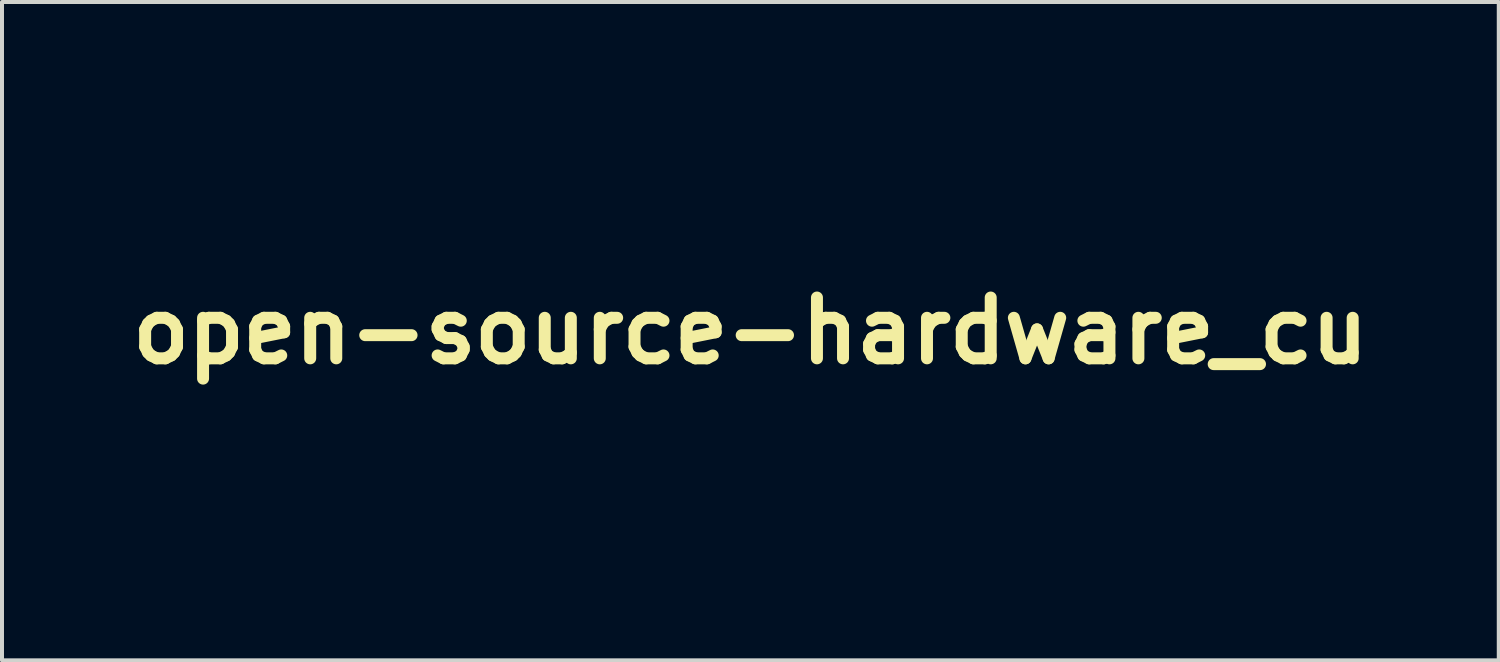
<source format=kicad_pcb>
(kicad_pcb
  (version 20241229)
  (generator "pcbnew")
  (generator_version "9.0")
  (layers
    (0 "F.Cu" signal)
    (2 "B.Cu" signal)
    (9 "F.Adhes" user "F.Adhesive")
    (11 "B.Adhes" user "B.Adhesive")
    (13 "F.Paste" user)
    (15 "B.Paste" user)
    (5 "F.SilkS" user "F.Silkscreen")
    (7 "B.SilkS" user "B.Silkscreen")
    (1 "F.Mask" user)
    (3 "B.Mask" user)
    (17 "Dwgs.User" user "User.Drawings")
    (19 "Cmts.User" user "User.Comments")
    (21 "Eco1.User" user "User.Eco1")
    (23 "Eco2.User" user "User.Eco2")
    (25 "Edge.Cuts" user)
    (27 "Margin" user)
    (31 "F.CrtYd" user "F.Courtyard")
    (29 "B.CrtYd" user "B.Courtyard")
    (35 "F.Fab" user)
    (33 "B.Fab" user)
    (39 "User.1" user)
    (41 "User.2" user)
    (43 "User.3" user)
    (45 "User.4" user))
  (footprint "open-source-hardware_cu"
    (layer "F.Cu")
    (at 15.755 5.241)
    (property "Reference" "open-source-hardware_cu" (at 0 0 0) (layer "F.SilkS") (effects (font (size 1.524 1.524) (thickness 0.3))))
    (attr through_hole)
    (fp_poly (pts (xy 3.11 2.552) (xy 3.195 2.581) (xy 3.225 2.6) (xy 3.241 2.616) (xy 3.244 2.632) (xy 3.229 2.658) (xy 3.195 2.7) (xy 3.185 2.712) (xy 3.113 2.799) (xy 3.052 2.773) (xy 2.97 2.756) (xy 2.892 2.773) (xy 2.824 2.821) (xy 2.775 2.873) (xy 2.77 3.237) (xy 2.764 3.601) (xy 2.557 3.601) (xy 2.557 2.557) (xy 2.766 2.557) (xy 2.766 2.662) (xy 2.836 2.612) (xy 2.92 2.568) (xy 3.015 2.548) (xy 3.11 2.552)) (stroke (width 0.01) (type solid)) (fill yes) (layer "F.Mask"))
    (fp_poly (pts (xy -1.705 4.244) (xy -1.699 4.286) (xy -1.681 4.295) (xy -1.653 4.271) (xy -1.651 4.268) (xy -1.598 4.229) (xy -1.524 4.203) (xy -1.439 4.194) (xy -1.355 4.201) (xy -1.288 4.223) (xy -1.249 4.247) (xy -1.226 4.268) (xy -1.224 4.271) (xy -1.232 4.292) (xy -1.258 4.33) (xy -1.287 4.366) (xy -1.326 4.408) (xy -1.353 4.429) (xy -1.376 4.431) (xy -1.4 4.422) (xy -1.478 4.403) (xy -1.555 4.41) (xy -1.623 4.443) (xy -1.671 4.497) (xy -1.68 4.515) (xy -1.69 4.549) (xy -1.697 4.599) (xy -1.701 4.672) (xy -1.704 4.77) (xy -1.705 4.899) (xy -1.705 4.905) (xy -1.705 5.237) (xy -1.914 5.237) (xy -1.91 4.719) (xy -1.905 4.201) (xy -1.805 4.196) (xy -1.705 4.191) (xy -1.705 4.244)) (stroke (width 0.01) (type solid)) (fill yes) (layer "F.Mask"))
    (fp_poly (pts (xy 2.505 4.244) (xy 2.511 4.286) (xy 2.529 4.295) (xy 2.558 4.271) (xy 2.56 4.268) (xy 2.61 4.23) (xy 2.683 4.204) (xy 2.767 4.193) (xy 2.775 4.193) (xy 2.842 4.199) (xy 2.908 4.216) (xy 2.959 4.239) (xy 2.983 4.261) (xy 2.978 4.283) (xy 2.955 4.322) (xy 2.922 4.366) (xy 2.881 4.412) (xy 2.855 4.435) (xy 2.836 4.439) (xy 2.815 4.429) (xy 2.812 4.427) (xy 2.755 4.405) (xy 2.684 4.405) (xy 2.613 4.426) (xy 2.607 4.429) (xy 2.575 4.449) (xy 2.55 4.476) (xy 2.532 4.513) (xy 2.519 4.566) (xy 2.511 4.639) (xy 2.507 4.735) (xy 2.505 4.861) (xy 2.505 4.905) (xy 2.505 5.237) (xy 2.296 5.237) (xy 2.301 4.719) (xy 2.305 4.201) (xy 2.405 4.196) (xy 2.505 4.191) (xy 2.505 4.244)) (stroke (width 0.01) (type solid)) (fill yes) (layer "F.Mask"))
    (fp_poly (pts (xy -1.393 2.553) (xy -1.375 2.557) (xy -1.298 2.592) (xy -1.225 2.65) (xy -1.166 2.721) (xy -1.133 2.792) (xy -1.126 2.834) (xy -1.121 2.905) (xy -1.117 3) (xy -1.114 3.114) (xy -1.114 3.232) (xy -1.113 3.601) (xy -1.322 3.601) (xy -1.322 3.266) (xy -1.323 3.132) (xy -1.326 3.027) (xy -1.333 2.948) (xy -1.345 2.889) (xy -1.364 2.847) (xy -1.389 2.816) (xy -1.423 2.791) (xy -1.451 2.776) (xy -1.499 2.756) (xy -1.535 2.753) (xy -1.581 2.765) (xy -1.589 2.768) (xy -1.633 2.785) (xy -1.667 2.805) (xy -1.692 2.833) (xy -1.71 2.872) (xy -1.722 2.927) (xy -1.729 3.004) (xy -1.734 3.105) (xy -1.736 3.237) (xy -1.736 3.246) (xy -1.742 3.601) (xy -1.948 3.601) (xy -1.948 2.557) (xy -1.74 2.557) (xy -1.74 2.664) (xy -1.682 2.62) (xy -1.594 2.572) (xy -1.493 2.549) (xy -1.393 2.553)) (stroke (width 0.01) (type solid)) (fill yes) (layer "F.Mask"))
    (fp_poly (pts (xy 1.705 2.889) (xy 1.706 3.023) (xy 1.709 3.127) (xy 1.716 3.206) (xy 1.726 3.264) (xy 1.742 3.307) (xy 1.763 3.338) (xy 1.791 3.362) (xy 1.794 3.364) (xy 1.839 3.383) (xy 1.9 3.392) (xy 1.914 3.392) (xy 1.975 3.386) (xy 2.025 3.369) (xy 2.033 3.364) (xy 2.062 3.34) (xy 2.084 3.309) (xy 2.1 3.268) (xy 2.111 3.211) (xy 2.118 3.134) (xy 2.121 3.032) (xy 2.122 2.9) (xy 2.122 2.889) (xy 2.122 2.557) (xy 2.331 2.557) (xy 2.331 3.601) (xy 2.227 3.601) (xy 2.169 3.601) (xy 2.138 3.596) (xy 2.125 3.583) (xy 2.122 3.558) (xy 2.122 3.549) (xy 2.122 3.498) (xy 2.041 3.549) (xy 1.984 3.581) (xy 1.93 3.597) (xy 1.863 3.601) (xy 1.854 3.601) (xy 1.78 3.595) (xy 1.715 3.581) (xy 1.692 3.572) (xy 1.62 3.522) (xy 1.558 3.451) (xy 1.518 3.374) (xy 1.515 3.362) (xy 1.509 3.325) (xy 1.504 3.26) (xy 1.5 3.172) (xy 1.498 3.068) (xy 1.496 2.954) (xy 1.496 2.927) (xy 1.496 2.557) (xy 1.705 2.557) (xy 1.705 2.889)) (stroke (width 0.01) (type solid)) (fill yes) (layer "F.Mask"))
    (fp_poly (pts (xy 3.763 2.548) (xy 3.828 2.563) (xy 3.887 2.585) (xy 3.948 2.617) (xy 4.005 2.653) (xy 4.048 2.688) (xy 4.07 2.716) (xy 4.071 2.722) (xy 4.058 2.743) (xy 4.026 2.775) (xy 4.002 2.797) (xy 3.934 2.853) (xy 3.871 2.811) (xy 3.79 2.768) (xy 3.71 2.755) (xy 3.635 2.766) (xy 3.553 2.803) (xy 3.494 2.865) (xy 3.459 2.951) (xy 3.445 3.064) (xy 3.445 3.079) (xy 3.455 3.188) (xy 3.487 3.274) (xy 3.541 3.339) (xy 3.583 3.371) (xy 3.622 3.387) (xy 3.676 3.392) (xy 3.702 3.392) (xy 3.773 3.388) (xy 3.828 3.371) (xy 3.867 3.348) (xy 3.933 3.303) (xy 4.002 3.358) (xy 4.041 3.392) (xy 4.066 3.417) (xy 4.071 3.425) (xy 4.057 3.451) (xy 4.021 3.485) (xy 3.972 3.522) (xy 3.918 3.555) (xy 3.897 3.565) (xy 3.811 3.591) (xy 3.711 3.601) (xy 3.61 3.596) (xy 3.522 3.575) (xy 3.506 3.569) (xy 3.407 3.505) (xy 3.329 3.415) (xy 3.274 3.303) (xy 3.244 3.172) (xy 3.241 3.141) (xy 3.242 2.988) (xy 3.27 2.855) (xy 3.323 2.745) (xy 3.401 2.657) (xy 3.504 2.593) (xy 3.63 2.554) (xy 3.631 2.554) (xy 3.703 2.545) (xy 3.763 2.548)) (stroke (width 0.01) (type solid)) (fill yes) (layer "F.Mask"))
    (fp_poly (pts (xy -4.481 2.556) (xy -4.394 2.579) (xy -4.375 2.587) (xy -4.283 2.652) (xy -4.209 2.735) (xy -4.167 2.816) (xy -4.154 2.877) (xy -4.145 2.962) (xy -4.141 3.059) (xy -4.142 3.158) (xy -4.149 3.248) (xy -4.16 3.314) (xy -4.195 3.396) (xy -4.253 3.475) (xy -4.325 3.54) (xy -4.374 3.568) (xy -4.462 3.594) (xy -4.563 3.602) (xy -4.665 3.594) (xy -4.753 3.568) (xy -4.768 3.561) (xy -4.857 3.498) (xy -4.923 3.414) (xy -4.966 3.308) (xy -4.988 3.177) (xy -4.989 3.076) (xy -4.776 3.076) (xy -4.773 3.177) (xy -4.765 3.249) (xy -4.748 3.3) (xy -4.721 3.337) (xy -4.681 3.366) (xy -4.676 3.369) (xy -4.622 3.386) (xy -4.554 3.391) (xy -4.489 3.384) (xy -4.44 3.365) (xy -4.399 3.328) (xy -4.372 3.278) (xy -4.356 3.209) (xy -4.35 3.116) (xy -4.349 3.074) (xy -4.35 2.993) (xy -4.355 2.937) (xy -4.364 2.898) (xy -4.381 2.864) (xy -4.389 2.851) (xy -4.447 2.792) (xy -4.521 2.76) (xy -4.6 2.757) (xy -4.637 2.767) (xy -4.693 2.794) (xy -4.732 2.828) (xy -4.757 2.877) (xy -4.77 2.945) (xy -4.775 3.04) (xy -4.776 3.076) (xy -4.989 3.076) (xy -4.989 3.019) (xy -4.989 3.018) (xy -4.974 2.885) (xy -4.943 2.778) (xy -4.893 2.694) (xy -4.822 2.627) (xy -4.758 2.587) (xy -4.677 2.56) (xy -4.58 2.549) (xy -4.481 2.556)) (stroke (width 0.01) (type solid)) (fill yes) (layer "F.Mask"))
    (fp_poly (pts (xy 4.705 2.57) (xy 4.807 2.622) (xy 4.893 2.698) (xy 4.94 2.767) (xy 4.964 2.818) (xy 4.978 2.874) (xy 4.987 2.948) (xy 4.99 2.996) (xy 4.997 3.149) (xy 4.349 3.149) (xy 4.349 3.193) (xy 4.365 3.264) (xy 4.407 3.331) (xy 4.459 3.376) (xy 4.539 3.405) (xy 4.631 3.404) (xy 4.728 3.373) (xy 4.741 3.367) (xy 4.799 3.342) (xy 4.842 3.338) (xy 4.88 3.359) (xy 4.922 3.399) (xy 4.949 3.431) (xy 4.953 3.451) (xy 4.937 3.475) (xy 4.931 3.482) (xy 4.859 3.538) (xy 4.766 3.577) (xy 4.659 3.599) (xy 4.547 3.601) (xy 4.44 3.583) (xy 4.368 3.555) (xy 4.277 3.492) (xy 4.209 3.404) (xy 4.165 3.292) (xy 4.144 3.154) (xy 4.144 3.023) (xy 4.155 2.939) (xy 4.349 2.939) (xy 4.351 2.954) (xy 4.36 2.964) (xy 4.383 2.97) (xy 4.424 2.973) (xy 4.489 2.975) (xy 4.567 2.975) (xy 4.665 2.974) (xy 4.736 2.969) (xy 4.776 2.963) (xy 4.784 2.957) (xy 4.773 2.91) (xy 4.745 2.855) (xy 4.708 2.805) (xy 4.688 2.786) (xy 4.628 2.758) (xy 4.553 2.749) (xy 4.481 2.76) (xy 4.443 2.777) (xy 4.396 2.823) (xy 4.362 2.883) (xy 4.349 2.939) (xy 4.155 2.939) (xy 4.164 2.879) (xy 4.207 2.759) (xy 4.274 2.666) (xy 4.364 2.598) (xy 4.476 2.557) (xy 4.479 2.556) (xy 4.593 2.547) (xy 4.705 2.57)) (stroke (width 0.01) (type solid)) (fill yes) (layer "F.Mask"))
    (fp_poly (pts (xy 0.979 2.555) (xy 1.085 2.589) (xy 1.168 2.642) (xy 1.233 2.714) (xy 1.277 2.798) (xy 1.305 2.905) (xy 1.319 3.025) (xy 1.317 3.149) (xy 1.299 3.269) (xy 1.266 3.373) (xy 1.257 3.392) (xy 1.217 3.459) (xy 1.169 3.508) (xy 1.114 3.545) (xy 1.057 3.576) (xy 1.008 3.593) (xy 0.953 3.6) (xy 0.897 3.601) (xy 0.785 3.592) (xy 0.705 3.569) (xy 0.629 3.52) (xy 0.559 3.451) (xy 0.507 3.372) (xy 0.486 3.32) (xy 0.477 3.27) (xy 0.47 3.197) (xy 0.467 3.131) (xy 0.675 3.131) (xy 0.68 3.207) (xy 0.691 3.265) (xy 0.693 3.273) (xy 0.735 3.337) (xy 0.801 3.378) (xy 0.887 3.392) (xy 0.891 3.392) (xy 0.949 3.389) (xy 0.99 3.373) (xy 1.031 3.339) (xy 1.035 3.335) (xy 1.072 3.291) (xy 1.093 3.243) (xy 1.105 3.178) (xy 1.111 3.082) (xy 1.105 2.985) (xy 1.089 2.901) (xy 1.075 2.861) (xy 1.033 2.806) (xy 0.971 2.772) (xy 0.899 2.759) (xy 0.826 2.767) (xy 0.76 2.798) (xy 0.709 2.85) (xy 0.707 2.854) (xy 0.692 2.898) (xy 0.682 2.966) (xy 0.676 3.047) (xy 0.675 3.131) (xy 0.467 3.131) (xy 0.466 3.112) (xy 0.465 3.058) (xy 0.466 2.972) (xy 0.469 2.909) (xy 0.478 2.862) (xy 0.492 2.818) (xy 0.513 2.774) (xy 0.578 2.677) (xy 0.666 2.605) (xy 0.769 2.559) (xy 0.883 2.544) (xy 0.979 2.555)) (stroke (width 0.01) (type solid)) (fill yes) (layer "F.Mask"))
    (fp_poly (pts (xy -0.474 3.779) (xy -0.374 3.784) (xy -0.37 4.51) (xy -0.365 5.237) (xy -0.47 5.237) (xy -0.527 5.236) (xy -0.559 5.231) (xy -0.572 5.218) (xy -0.574 5.195) (xy -0.574 5.193) (xy -0.576 5.164) (xy -0.585 5.153) (xy -0.608 5.161) (xy -0.652 5.189) (xy -0.663 5.196) (xy -0.757 5.239) (xy -0.859 5.253) (xy -0.96 5.236) (xy -1.009 5.215) (xy -1.068 5.174) (xy -1.123 5.12) (xy -1.139 5.099) (xy -1.16 5.069) (xy -1.174 5.042) (xy -1.184 5.011) (xy -1.19 4.968) (xy -1.194 4.909) (xy -1.196 4.824) (xy -1.198 4.77) (xy -1.198 4.731) (xy -0.99 4.731) (xy -0.989 4.758) (xy -0.979 4.868) (xy -0.958 4.949) (xy -0.924 5.002) (xy -0.874 5.031) (xy -0.805 5.04) (xy -0.768 5.038) (xy -0.69 5.018) (xy -0.65 4.99) (xy -0.615 4.934) (xy -0.592 4.854) (xy -0.581 4.757) (xy -0.584 4.654) (xy -0.6 4.551) (xy -0.611 4.51) (xy -0.645 4.457) (xy -0.7 4.42) (xy -0.768 4.402) (xy -0.839 4.405) (xy -0.902 4.431) (xy -0.91 4.437) (xy -0.949 4.48) (xy -0.975 4.54) (xy -0.988 4.622) (xy -0.99 4.731) (xy -1.198 4.731) (xy -1.199 4.651) (xy -1.196 4.551) (xy -1.191 4.476) (xy -1.184 4.44) (xy -1.143 4.348) (xy -1.078 4.276) (xy -0.995 4.225) (xy -0.901 4.198) (xy -0.803 4.198) (xy -0.706 4.226) (xy -0.662 4.251) (xy -0.619 4.278) (xy -0.59 4.295) (xy -0.583 4.297) (xy -0.58 4.281) (xy -0.577 4.236) (xy -0.575 4.168) (xy -0.574 4.083) (xy -0.574 4.035) (xy -0.574 3.773) (xy -0.474 3.779)) (stroke (width 0.01) (type solid)) (fill yes) (layer "F.Mask"))
    (fp_poly (pts (xy 0.047 2.562) (xy 0.156 2.59) (xy 0.245 2.634) (xy 0.266 2.649) (xy 0.315 2.688) (xy 0.253 2.761) (xy 0.19 2.834) (xy 0.1 2.791) (xy 0.021 2.764) (xy -0.063 2.75) (xy -0.142 2.75) (xy -0.204 2.764) (xy -0.211 2.767) (xy -0.248 2.802) (xy -0.267 2.851) (xy -0.264 2.899) (xy -0.261 2.904) (xy -0.245 2.927) (xy -0.22 2.943) (xy -0.18 2.956) (xy -0.119 2.965) (xy -0.03 2.974) (xy -0.022 2.975) (xy 0.1 2.993) (xy 0.193 3.024) (xy 0.26 3.07) (xy 0.305 3.135) (xy 0.331 3.22) (xy 0.332 3.221) (xy 0.336 3.325) (xy 0.309 3.417) (xy 0.25 3.493) (xy 0.161 3.554) (xy 0.149 3.56) (xy 0.06 3.588) (xy -0.049 3.601) (xy -0.162 3.599) (xy -0.269 3.583) (xy -0.32 3.566) (xy -0.375 3.541) (xy -0.434 3.51) (xy -0.486 3.477) (xy -0.524 3.448) (xy -0.539 3.429) (xy -0.539 3.428) (xy -0.528 3.411) (xy -0.498 3.378) (xy -0.47 3.349) (xy -0.43 3.312) (xy -0.405 3.295) (xy -0.386 3.298) (xy -0.37 3.31) (xy -0.301 3.355) (xy -0.215 3.388) (xy -0.122 3.406) (xy -0.032 3.408) (xy 0.042 3.392) (xy 0.052 3.388) (xy 0.098 3.351) (xy 0.123 3.303) (xy 0.126 3.254) (xy 0.103 3.213) (xy 0.086 3.201) (xy 0.055 3.191) (xy -0.001 3.181) (xy -0.071 3.171) (xy -0.102 3.168) (xy -0.231 3.147) (xy -0.329 3.113) (xy -0.4 3.066) (xy -0.434 3.024) (xy -0.473 2.931) (xy -0.48 2.835) (xy -0.457 2.745) (xy -0.407 2.666) (xy -0.331 2.604) (xy -0.282 2.58) (xy -0.182 2.556) (xy -0.069 2.55) (xy 0.047 2.562)) (stroke (width 0.01) (type solid)) (fill yes) (layer "F.Mask"))
    (fp_poly (pts (xy -2.409 2.571) (xy -2.306 2.625) (xy -2.253 2.67) (xy -2.185 2.758) (xy -2.142 2.865) (xy -2.124 2.993) (xy -2.122 3.039) (xy -2.122 3.149) (xy -2.766 3.149) (xy -2.766 3.197) (xy -2.749 3.275) (xy -2.699 3.342) (xy -2.663 3.37) (xy -2.583 3.404) (xy -2.493 3.406) (xy -2.396 3.376) (xy -2.376 3.366) (xy -2.294 3.322) (xy -2.246 3.357) (xy -2.193 3.398) (xy -2.168 3.429) (xy -2.168 3.457) (xy -2.185 3.482) (xy -2.22 3.511) (xy -2.272 3.543) (xy -2.305 3.56) (xy -2.402 3.59) (xy -2.512 3.602) (xy -2.624 3.595) (xy -2.721 3.569) (xy -2.731 3.565) (xy -2.801 3.529) (xy -2.851 3.489) (xy -2.892 3.434) (xy -2.92 3.384) (xy -2.94 3.345) (xy -2.953 3.308) (xy -2.961 3.267) (xy -2.965 3.212) (xy -2.966 3.135) (xy -2.966 3.079) (xy -2.966 2.985) (xy -2.964 2.939) (xy -2.766 2.939) (xy -2.764 2.954) (xy -2.755 2.964) (xy -2.733 2.97) (xy -2.692 2.973) (xy -2.627 2.975) (xy -2.548 2.975) (xy -2.457 2.975) (xy -2.396 2.974) (xy -2.359 2.97) (xy -2.341 2.964) (xy -2.336 2.954) (xy -2.339 2.938) (xy -2.34 2.936) (xy -2.353 2.891) (xy -2.36 2.867) (xy -2.378 2.837) (xy -2.412 2.8) (xy -2.42 2.793) (xy -2.481 2.761) (xy -2.554 2.748) (xy -2.626 2.755) (xy -2.675 2.776) (xy -2.718 2.82) (xy -2.752 2.879) (xy -2.766 2.936) (xy -2.766 2.939) (xy -2.964 2.939) (xy -2.963 2.918) (xy -2.957 2.87) (xy -2.947 2.832) (xy -2.931 2.796) (xy -2.925 2.784) (xy -2.871 2.696) (xy -2.813 2.634) (xy -2.748 2.592) (xy -2.637 2.553) (xy -2.521 2.547) (xy -2.409 2.571)) (stroke (width 0.01) (type solid)) (fill yes) (layer "F.Mask"))
    (fp_poly (pts (xy -2.513 4.196) (xy -2.393 4.211) (xy -2.3 4.243) (xy -2.23 4.293) (xy -2.18 4.364) (xy -2.179 4.366) (xy -2.166 4.393) (xy -2.157 4.42) (xy -2.15 4.452) (xy -2.145 4.494) (xy -2.142 4.552) (xy -2.141 4.631) (xy -2.14 4.735) (xy -2.14 4.84) (xy -2.14 5.237) (xy -2.244 5.237) (xy -2.302 5.236) (xy -2.333 5.231) (xy -2.346 5.218) (xy -2.349 5.195) (xy -2.349 5.194) (xy -2.349 5.151) (xy -2.392 5.192) (xy -2.455 5.229) (xy -2.54 5.25) (xy -2.637 5.253) (xy -2.738 5.236) (xy -2.748 5.234) (xy -2.838 5.192) (xy -2.906 5.129) (xy -2.953 5.05) (xy -2.975 4.962) (xy -2.974 4.947) (xy -2.776 4.947) (xy -2.749 4.997) (xy -2.698 5.035) (xy -2.675 5.044) (xy -2.622 5.052) (xy -2.552 5.054) (xy -2.48 5.049) (xy -2.423 5.039) (xy -2.413 5.036) (xy -2.382 5.007) (xy -2.359 4.953) (xy -2.349 4.884) (xy -2.349 4.87) (xy -2.349 4.802) (xy -2.51 4.802) (xy -2.611 4.805) (xy -2.683 4.816) (xy -2.732 4.836) (xy -2.762 4.868) (xy -2.773 4.892) (xy -2.776 4.947) (xy -2.974 4.947) (xy -2.97 4.872) (xy -2.938 4.786) (xy -2.9 4.734) (xy -2.848 4.689) (xy -2.785 4.657) (xy -2.705 4.638) (xy -2.601 4.629) (xy -2.536 4.628) (xy -2.349 4.628) (xy -2.349 4.557) (xy -2.353 4.503) (xy -2.363 4.461) (xy -2.366 4.454) (xy -2.403 4.419) (xy -2.463 4.395) (xy -2.538 4.386) (xy -2.616 4.391) (xy -2.69 4.412) (xy -2.705 4.419) (xy -2.742 4.437) (xy -2.771 4.442) (xy -2.799 4.434) (xy -2.838 4.408) (xy -2.885 4.371) (xy -2.926 4.338) (xy -2.864 4.284) (xy -2.793 4.236) (xy -2.709 4.207) (xy -2.604 4.195) (xy -2.513 4.196)) (stroke (width 0.01) (type solid)) (fill yes) (layer "F.Mask"))
    (fp_poly (pts (xy 3.547 4.206) (xy 3.624 4.23) (xy 3.631 4.233) (xy 3.723 4.297) (xy 3.791 4.379) (xy 3.835 4.484) (xy 3.857 4.613) (xy 3.859 4.649) (xy 3.866 4.802) (xy 3.542 4.802) (xy 3.429 4.802) (xy 3.345 4.803) (xy 3.288 4.804) (xy 3.251 4.808) (xy 3.23 4.814) (xy 3.221 4.822) (xy 3.219 4.834) (xy 3.218 4.838) (xy 3.226 4.878) (xy 3.244 4.928) (xy 3.247 4.935) (xy 3.294 4.996) (xy 3.361 5.036) (xy 3.441 5.053) (xy 3.526 5.047) (xy 3.608 5.015) (xy 3.642 4.992) (xy 3.688 4.956) (xy 3.767 5.02) (xy 3.81 5.057) (xy 3.83 5.081) (xy 3.83 5.099) (xy 3.819 5.115) (xy 3.789 5.139) (xy 3.74 5.171) (xy 3.702 5.193) (xy 3.612 5.228) (xy 3.508 5.248) (xy 3.404 5.25) (xy 3.313 5.234) (xy 3.301 5.23) (xy 3.198 5.179) (xy 3.12 5.108) (xy 3.062 5.013) (xy 3.035 4.944) (xy 3.02 4.869) (xy 3.013 4.774) (xy 3.014 4.67) (xy 3.021 4.587) (xy 3.218 4.587) (xy 3.22 4.604) (xy 3.226 4.615) (xy 3.245 4.622) (xy 3.28 4.626) (xy 3.338 4.627) (xy 3.425 4.628) (xy 3.436 4.628) (xy 3.528 4.627) (xy 3.59 4.625) (xy 3.628 4.62) (xy 3.648 4.613) (xy 3.653 4.602) (xy 3.653 4.601) (xy 3.64 4.541) (xy 3.605 4.478) (xy 3.559 4.428) (xy 3.546 4.419) (xy 3.467 4.389) (xy 3.386 4.39) (xy 3.341 4.406) (xy 3.296 4.442) (xy 3.255 4.494) (xy 3.226 4.55) (xy 3.218 4.587) (xy 3.021 4.587) (xy 3.023 4.571) (xy 3.039 4.486) (xy 3.052 4.449) (xy 3.102 4.365) (xy 3.17 4.289) (xy 3.247 4.233) (xy 3.281 4.217) (xy 3.36 4.199) (xy 3.454 4.196) (xy 3.547 4.206)) (stroke (width 0.01) (type solid)) (fill yes) (layer "F.Mask"))
    (fp_poly (pts (xy 0.548 4.201) (xy 0.791 4.929) (xy 0.82 4.826) (xy 0.835 4.773) (xy 0.857 4.694) (xy 0.883 4.6) (xy 0.911 4.5) (xy 0.923 4.458) (xy 0.996 4.193) (xy 1.098 4.193) (xy 1.157 4.195) (xy 1.189 4.201) (xy 1.2 4.215) (xy 1.2 4.221) (xy 1.195 4.245) (xy 1.181 4.297) (xy 1.159 4.372) (xy 1.13 4.466) (xy 1.096 4.574) (xy 1.069 4.66) (xy 1.031 4.779) (xy 0.995 4.891) (xy 0.963 4.991) (xy 0.937 5.073) (xy 0.918 5.131) (xy 0.911 5.154) (xy 0.884 5.237) (xy 0.697 5.237) (xy 0.646 5.067) (xy 0.617 4.973) (xy 0.584 4.863) (xy 0.551 4.756) (xy 0.538 4.71) (xy 0.515 4.636) (xy 0.495 4.577) (xy 0.482 4.54) (xy 0.476 4.529) (xy 0.469 4.547) (xy 0.454 4.591) (xy 0.434 4.656) (xy 0.41 4.735) (xy 0.408 4.742) (xy 0.378 4.84) (xy 0.348 4.942) (xy 0.319 5.036) (xy 0.302 5.093) (xy 0.259 5.237) (xy 0.071 5.237) (xy -0.044 4.876) (xy -0.081 4.758) (xy -0.119 4.641) (xy -0.153 4.532) (xy -0.183 4.44) (xy -0.205 4.372) (xy -0.208 4.364) (xy -0.229 4.296) (xy -0.243 4.242) (xy -0.249 4.209) (xy -0.248 4.203) (xy -0.226 4.197) (xy -0.181 4.194) (xy -0.145 4.193) (xy -0.111 4.192) (xy -0.085 4.194) (xy -0.065 4.201) (xy -0.047 4.219) (xy -0.03 4.25) (xy -0.013 4.298) (xy 0.008 4.369) (xy 0.035 4.464) (xy 0.069 4.59) (xy 0.069 4.591) (xy 0.096 4.691) (xy 0.121 4.779) (xy 0.141 4.849) (xy 0.155 4.897) (xy 0.162 4.917) (xy 0.162 4.917) (xy 0.169 4.903) (xy 0.184 4.861) (xy 0.207 4.794) (xy 0.236 4.708) (xy 0.269 4.608) (xy 0.286 4.557) (xy 0.404 4.191) (xy 0.548 4.201)) (stroke (width 0.01) (type solid)) (fill yes) (layer "F.Mask"))
    (fp_poly (pts (xy 1.675 4.196) (xy 1.795 4.208) (xy 1.887 4.233) (xy 1.957 4.272) (xy 2.01 4.329) (xy 2.021 4.344) (xy 2.034 4.367) (xy 2.044 4.389) (xy 2.051 4.417) (xy 2.056 4.456) (xy 2.06 4.509) (xy 2.063 4.582) (xy 2.065 4.68) (xy 2.067 4.807) (xy 2.067 4.823) (xy 2.073 5.237) (xy 1.967 5.237) (xy 1.909 5.236) (xy 1.877 5.231) (xy 1.864 5.219) (xy 1.862 5.195) (xy 1.862 5.19) (xy 1.86 5.159) (xy 1.851 5.159) (xy 1.84 5.172) (xy 1.791 5.211) (xy 1.719 5.237) (xy 1.631 5.25) (xy 1.538 5.248) (xy 1.461 5.234) (xy 1.375 5.194) (xy 1.304 5.134) (xy 1.264 5.074) (xy 1.24 4.991) (xy 1.239 4.947) (xy 1.434 4.947) (xy 1.461 4.997) (xy 1.512 5.035) (xy 1.535 5.044) (xy 1.599 5.055) (xy 1.671 5.054) (xy 1.741 5.044) (xy 1.796 5.025) (xy 1.816 5.011) (xy 1.841 4.968) (xy 1.856 4.901) (xy 1.857 4.89) (xy 1.866 4.802) (xy 1.703 4.802) (xy 1.601 4.805) (xy 1.529 4.816) (xy 1.48 4.835) (xy 1.449 4.866) (xy 1.437 4.892) (xy 1.434 4.947) (xy 1.239 4.947) (xy 1.237 4.9) (xy 1.257 4.816) (xy 1.272 4.784) (xy 1.316 4.725) (xy 1.367 4.682) (xy 1.432 4.654) (xy 1.516 4.637) (xy 1.627 4.63) (xy 1.674 4.629) (xy 1.862 4.628) (xy 1.862 4.557) (xy 1.857 4.503) (xy 1.847 4.461) (xy 1.844 4.454) (xy 1.808 4.42) (xy 1.749 4.396) (xy 1.676 4.385) (xy 1.599 4.388) (xy 1.53 4.405) (xy 1.499 4.419) (xy 1.465 4.439) (xy 1.437 4.443) (xy 1.407 4.432) (xy 1.362 4.401) (xy 1.344 4.388) (xy 1.309 4.354) (xy 1.302 4.323) (xy 1.325 4.291) (xy 1.379 4.255) (xy 1.418 4.235) (xy 1.467 4.213) (xy 1.509 4.2) (xy 1.556 4.194) (xy 1.618 4.194) (xy 1.675 4.196)) (stroke (width 0.01) (type solid)) (fill yes) (layer "F.Mask"))
    (fp_poly (pts (xy -3.354 2.57) (xy -3.263 2.62) (xy -3.192 2.695) (xy -3.14 2.769) (xy -3.14 3.076) (xy -3.14 3.188) (xy -3.142 3.27) (xy -3.144 3.329) (xy -3.149 3.371) (xy -3.157 3.402) (xy -3.168 3.427) (xy -3.181 3.449) (xy -3.246 3.523) (xy -3.33 3.573) (xy -3.426 3.599) (xy -3.526 3.599) (xy -3.622 3.573) (xy -3.708 3.52) (xy -3.71 3.518) (xy -3.72 3.511) (xy -3.727 3.513) (xy -3.732 3.526) (xy -3.736 3.555) (xy -3.738 3.604) (xy -3.74 3.676) (xy -3.74 3.775) (xy -3.74 3.897) (xy -3.74 4.026) (xy -3.74 4.123) (xy -3.738 4.194) (xy -3.736 4.241) (xy -3.732 4.269) (xy -3.727 4.281) (xy -3.719 4.282) (xy -3.709 4.275) (xy -3.709 4.274) (xy -3.643 4.232) (xy -3.557 4.203) (xy -3.467 4.193) (xy -3.367 4.21) (xy -3.274 4.26) (xy -3.194 4.338) (xy -3.14 4.405) (xy -3.135 4.821) (xy -3.13 5.237) (xy -3.338 5.237) (xy -3.344 4.87) (xy -3.349 4.503) (xy -3.406 4.452) (xy -3.455 4.417) (xy -3.507 4.403) (xy -3.542 4.402) (xy -3.598 4.406) (xy -3.64 4.424) (xy -3.681 4.461) (xy -3.74 4.52) (xy -3.74 5.237) (xy -3.949 5.237) (xy -3.949 3.074) (xy -3.74 3.074) (xy -3.738 3.172) (xy -3.73 3.242) (xy -3.715 3.294) (xy -3.69 3.333) (xy -3.669 3.356) (xy -3.623 3.38) (xy -3.558 3.392) (xy -3.489 3.391) (xy -3.431 3.377) (xy -3.425 3.374) (xy -3.386 3.337) (xy -3.359 3.274) (xy -3.344 3.182) (xy -3.34 3.076) (xy -3.344 2.967) (xy -3.358 2.887) (xy -3.383 2.83) (xy -3.422 2.792) (xy -3.473 2.767) (xy -3.525 2.753) (xy -3.566 2.754) (xy -3.612 2.768) (xy -3.666 2.796) (xy -3.703 2.839) (xy -3.726 2.901) (xy -3.738 2.987) (xy -3.74 3.074) (xy -3.949 3.074) (xy -3.949 2.557) (xy -3.845 2.557) (xy -3.787 2.558) (xy -3.756 2.563) (xy -3.743 2.576) (xy -3.74 2.599) (xy -3.74 2.602) (xy -3.74 2.646) (xy -3.658 2.598) (xy -3.557 2.557) (xy -3.454 2.548) (xy -3.354 2.57)) (stroke (width 0.01) (type solid)) (fill yes) (layer "F.Mask"))
    (fp_poly (pts (xy 0.159 -5.236) (xy 0.268 -5.234) (xy 0.365 -5.232) (xy 0.444 -5.23) (xy 0.5 -5.226) (xy 0.528 -5.222) (xy 0.53 -5.221) (xy 0.535 -5.2) (xy 0.546 -5.15) (xy 0.562 -5.074) (xy 0.581 -4.977) (xy 0.603 -4.864) (xy 0.627 -4.738) (xy 0.634 -4.696) (xy 0.659 -4.567) (xy 0.682 -4.45) (xy 0.702 -4.347) (xy 0.72 -4.265) (xy 0.733 -4.206) (xy 0.742 -4.177) (xy 0.743 -4.174) (xy 0.764 -4.162) (xy 0.812 -4.141) (xy 0.88 -4.111) (xy 0.963 -4.076) (xy 1.056 -4.038) (xy 1.151 -4) (xy 1.244 -3.963) (xy 1.328 -3.93) (xy 1.397 -3.904) (xy 1.447 -3.886) (xy 1.47 -3.88) (xy 1.49 -3.889) (xy 1.536 -3.916) (xy 1.602 -3.958) (xy 1.685 -4.013) (xy 1.781 -4.077) (xy 1.887 -4.149) (xy 1.913 -4.167) (xy 2.02 -4.24) (xy 2.12 -4.307) (xy 2.207 -4.364) (xy 2.279 -4.409) (xy 2.33 -4.439) (xy 2.358 -4.453) (xy 2.361 -4.454) (xy 2.382 -4.442) (xy 2.423 -4.408) (xy 2.48 -4.357) (xy 2.549 -4.292) (xy 2.627 -4.217) (xy 2.709 -4.136) (xy 2.793 -4.052) (xy 2.873 -3.97) (xy 2.947 -3.894) (xy 3.01 -3.826) (xy 3.058 -3.772) (xy 3.088 -3.734) (xy 3.097 -3.718) (xy 3.087 -3.696) (xy 3.06 -3.65) (xy 3.018 -3.583) (xy 2.964 -3.499) (xy 2.9 -3.402) (xy 2.828 -3.295) (xy 2.811 -3.269) (xy 2.714 -3.127) (xy 2.639 -3.012) (xy 2.584 -2.924) (xy 2.549 -2.863) (xy 2.535 -2.829) (xy 2.535 -2.822) (xy 2.554 -2.771) (xy 2.582 -2.701) (xy 2.618 -2.616) (xy 2.658 -2.523) (xy 2.7 -2.427) (xy 2.741 -2.333) (xy 2.779 -2.249) (xy 2.812 -2.179) (xy 2.837 -2.128) (xy 2.851 -2.104) (xy 2.851 -2.103) (xy 2.881 -2.089) (xy 2.943 -2.071) (xy 3.035 -2.049) (xy 3.155 -2.025) (xy 3.192 -2.018) (xy 3.308 -1.997) (xy 3.425 -1.976) (xy 3.535 -1.956) (xy 3.628 -1.939) (xy 3.674 -1.93) (xy 3.748 -1.916) (xy 3.81 -1.903) (xy 3.85 -1.892) (xy 3.861 -1.888) (xy 3.866 -1.868) (xy 3.87 -1.819) (xy 3.874 -1.746) (xy 3.876 -1.653) (xy 3.878 -1.547) (xy 3.88 -1.432) (xy 3.88 -1.313) (xy 3.879 -1.197) (xy 3.878 -1.088) (xy 3.876 -0.992) (xy 3.873 -0.913) (xy 3.87 -0.857) (xy 3.865 -0.829) (xy 3.864 -0.827) (xy 3.843 -0.822) (xy 3.793 -0.811) (xy 3.717 -0.795) (xy 3.621 -0.776) (xy 3.509 -0.755) (xy 3.385 -0.732) (xy 3.372 -0.729) (xy 3.247 -0.706) (xy 3.133 -0.683) (xy 3.035 -0.662) (xy 2.956 -0.644) (xy 2.902 -0.63) (xy 2.877 -0.621) (xy 2.876 -0.621) (xy 2.865 -0.6) (xy 2.843 -0.552) (xy 2.813 -0.483) (xy 2.777 -0.398) (xy 2.738 -0.303) (xy 2.698 -0.204) (xy 2.659 -0.106) (xy 2.623 -0.015) (xy 2.593 0.063) (xy 2.571 0.123) (xy 2.559 0.16) (xy 2.557 0.167) (xy 2.567 0.186) (xy 2.594 0.23) (xy 2.635 0.294) (xy 2.689 0.375) (xy 2.752 0.47) (xy 2.823 0.573) (xy 2.827 0.58) (xy 2.898 0.684) (xy 2.962 0.781) (xy 3.016 0.865) (xy 3.059 0.933) (xy 3.086 0.98) (xy 3.097 1.004) (xy 3.097 1.004) (xy 3.085 1.025) (xy 3.051 1.066) (xy 3 1.123) (xy 2.935 1.192) (xy 2.86 1.27) (xy 2.779 1.352) (xy 2.696 1.436) (xy 2.614 1.516) (xy 2.537 1.59) (xy 2.47 1.653) (xy 2.415 1.701) (xy 2.377 1.731) (xy 2.362 1.74) (xy 2.34 1.73) (xy 2.293 1.703) (xy 2.227 1.662) (xy 2.144 1.608) (xy 2.05 1.545) (xy 1.962 1.484) (xy 1.86 1.415) (xy 1.766 1.352) (xy 1.684 1.298) (xy 1.618 1.257) (xy 1.573 1.23) (xy 1.554 1.222) (xy 1.522 1.227) (xy 1.465 1.247) (xy 1.391 1.28) (xy 1.345 1.303) (xy 1.273 1.339) (xy 1.211 1.368) (xy 1.166 1.386) (xy 1.147 1.392) (xy 1.136 1.376) (xy 1.113 1.332) (xy 1.081 1.263) (xy 1.04 1.172) (xy 0.992 1.064) (xy 0.939 0.941) (xy 0.882 0.808) (xy 0.822 0.668) (xy 0.762 0.524) (xy 0.702 0.381) (xy 0.645 0.242) (xy 0.591 0.11) (xy 0.542 -0.011) (xy 0.5 -0.117) (xy 0.467 -0.204) (xy 0.443 -0.27) (xy 0.43 -0.31) (xy 0.429 -0.32) (xy 0.446 -0.338) (xy 0.485 -0.369) (xy 0.538 -0.407) (xy 0.553 -0.418) (xy 0.715 -0.541) (xy 0.845 -0.676) (xy 0.946 -0.825) (xy 1.02 -0.99) (xy 1.021 -0.992) (xy 1.054 -1.118) (xy 1.073 -1.259) (xy 1.078 -1.404) (xy 1.067 -1.538) (xy 1.054 -1.601) (xy 0.996 -1.77) (xy 0.91 -1.929) (xy 0.8 -2.074) (xy 0.672 -2.197) (xy 0.53 -2.295) (xy 0.487 -2.317) (xy 0.3 -2.39) (xy 0.112 -2.427) (xy -0.078 -2.431) (xy -0.266 -2.399) (xy -0.454 -2.333) (xy -0.487 -2.317) (xy -0.61 -2.243) (xy -0.73 -2.144) (xy -0.839 -2.029) (xy -0.927 -1.908) (xy -0.962 -1.844) (xy -1.02 -1.711) (xy -1.057 -1.589) (xy -1.074 -1.464) (xy -1.075 -1.321) (xy -1.075 -1.305) (xy -1.052 -1.112) (xy -1 -0.937) (xy -0.919 -0.777) (xy -0.807 -0.632) (xy -0.664 -0.498) (xy -0.553 -0.418) (xy -0.498 -0.379) (xy -0.454 -0.345) (xy -0.431 -0.324) (xy -0.429 -0.32) (xy -0.433 -0.3) (xy -0.45 -0.251) (xy -0.477 -0.177) (xy -0.514 -0.083) (xy -0.558 0.028) (xy -0.608 0.153) (xy -0.664 0.287) (xy -0.722 0.428) (xy -0.782 0.572) (xy -0.842 0.715) (xy -0.901 0.853) (xy -0.957 0.983) (xy -1.009 1.102) (xy -1.055 1.205) (xy -1.093 1.288) (xy -1.122 1.35) (xy -1.141 1.385) (xy -1.147 1.392) (xy -1.172 1.384) (xy -1.22 1.364) (xy -1.284 1.333) (xy -1.345 1.303) (xy -1.426 1.264) (xy -1.493 1.236) (xy -1.54 1.222) (xy -1.554 1.222) (xy -1.579 1.233) (xy -1.627 1.262) (xy -1.695 1.305) (xy -1.779 1.361) (xy -1.874 1.425) (xy -1.962 1.484) (xy -2.063 1.553) (xy -2.156 1.616) (xy -2.237 1.668) (xy -2.301 1.708) (xy -2.344 1.732) (xy -2.362 1.74) (xy -2.382 1.728) (xy -2.422 1.694) (xy -2.481 1.642) (xy -2.553 1.574) (xy -2.636 1.494) (xy -2.727 1.405) (xy -2.745 1.387) (xy -2.837 1.294) (xy -2.919 1.208) (xy -2.99 1.133) (xy -3.045 1.072) (xy -3.081 1.028) (xy -3.096 1.005) (xy -3.097 1.004) (xy -3.087 0.981) (xy -3.06 0.935) (xy -3.019 0.868) (xy -2.965 0.785) (xy -2.902 0.69) (xy -2.836 0.592) (xy -2.766 0.489) (xy -2.702 0.395) (xy -2.647 0.313) (xy -2.604 0.248) (xy -2.575 0.204) (xy -2.564 0.184) (xy -2.568 0.162) (xy -2.583 0.113) (xy -2.607 0.042) (xy -2.637 -0.043) (xy -2.673 -0.139) (xy -2.712 -0.239) (xy -2.751 -0.338) (xy -2.788 -0.43) (xy -2.822 -0.51) (xy -2.85 -0.572) (xy -2.87 -0.611) (xy -2.876 -0.621) (xy -2.898 -0.629) (xy -2.95 -0.642) (xy -3.026 -0.66) (xy -3.123 -0.681) (xy -3.236 -0.703) (xy -3.36 -0.727) (xy -3.372 -0.729) (xy -3.497 -0.753) (xy -3.61 -0.774) (xy -3.708 -0.794) (xy -3.786 -0.809) (xy -3.839 -0.821) (xy -3.863 -0.827) (xy -3.864 -0.827) (xy -3.869 -0.847) (xy -3.872 -0.896) (xy -3.876 -0.97) (xy -3.878 -1.062) (xy -3.879 -1.169) (xy -3.88 -1.284) (xy -3.88 -1.402) (xy -3.879 -1.518) (xy -3.877 -1.627) (xy -3.875 -1.724) (xy -3.871 -1.803) (xy -3.867 -1.858) (xy -3.863 -1.886) (xy -3.861 -1.888) (xy -3.837 -1.896) (xy -3.787 -1.908) (xy -3.72 -1.922) (xy -3.674 -1.93) (xy -3.599 -1.944) (xy -3.5 -1.962) (xy -3.386 -1.983) (xy -3.268 -2.005) (xy -3.192 -2.018) (xy -3.065 -2.043) (xy -2.965 -2.065) (xy -2.895 -2.084) (xy -2.856 -2.1) (xy -2.851 -2.103) (xy -2.835 -2.129) (xy -2.809 -2.181) (xy -2.775 -2.253) (xy -2.736 -2.339) (xy -2.695 -2.434) (xy -2.654 -2.531) (xy -2.616 -2.624) (xy -2.583 -2.707) (xy -2.558 -2.775) (xy -2.543 -2.821) (xy -2.54 -2.837) (xy -2.55 -2.86) (xy -2.577 -2.909) (xy -2.618 -2.978) (xy -2.673 -3.063) (xy -2.737 -3.16) (xy -2.808 -3.266) (xy -2.818 -3.281) (xy -2.89 -3.387) (xy -2.956 -3.485) (xy -3.011 -3.571) (xy -3.055 -3.641) (xy -3.084 -3.691) (xy -3.097 -3.717) (xy -3.097 -3.718) (xy -3.085 -3.739) (xy -3.051 -3.78) (xy -3 -3.837) (xy -2.935 -3.906) (xy -2.86 -3.984) (xy -2.778 -4.067) (xy -2.695 -4.15) (xy -2.613 -4.231) (xy -2.536 -4.304) (xy -2.468 -4.367) (xy -2.414 -4.415) (xy -2.376 -4.445) (xy -2.36 -4.454) (xy -2.337 -4.444) (xy -2.287 -4.415) (xy -2.215 -4.37) (xy -2.121 -4.309) (xy -2.009 -4.234) (xy -1.88 -4.147) (xy -1.738 -4.049) (xy -1.585 -3.942) (xy -1.579 -3.938) (xy -1.529 -3.906) (xy -1.488 -3.885) (xy -1.47 -3.88) (xy -1.446 -3.886) (xy -1.397 -3.904) (xy -1.328 -3.93) (xy -1.243 -3.963) (xy -1.151 -4) (xy -1.055 -4.038) (xy -0.963 -4.076) (xy -0.88 -4.111) (xy -0.812 -4.141) (xy -0.764 -4.162) (xy -0.743 -4.174) (xy -0.737 -4.194) (xy -0.725 -4.243) (xy -0.708 -4.319) (xy -0.689 -4.415) (xy -0.666 -4.528) (xy -0.642 -4.654) (xy -0.634 -4.696) (xy -0.61 -4.825) (xy -0.587 -4.943) (xy -0.567 -5.046) (xy -0.55 -5.129) (xy -0.538 -5.188) (xy -0.531 -5.218) (xy -0.53 -5.221) (xy -0.51 -5.225) (xy -0.461 -5.229) (xy -0.388 -5.232) (xy -0.296 -5.234) (xy -0.19 -5.235) (xy -0.075 -5.236) (xy 0.043 -5.236) (xy 0.159 -5.236)) (stroke (width 0.01) (type solid)) (fill yes) (layer "F.Mask")))
  (gr_rect
    (start -3 -3)
    (end 34.511 13.499)
    (stroke (width 0.1) (type default))
    (fill no)
    (layer "Edge.Cuts")))
</source>
